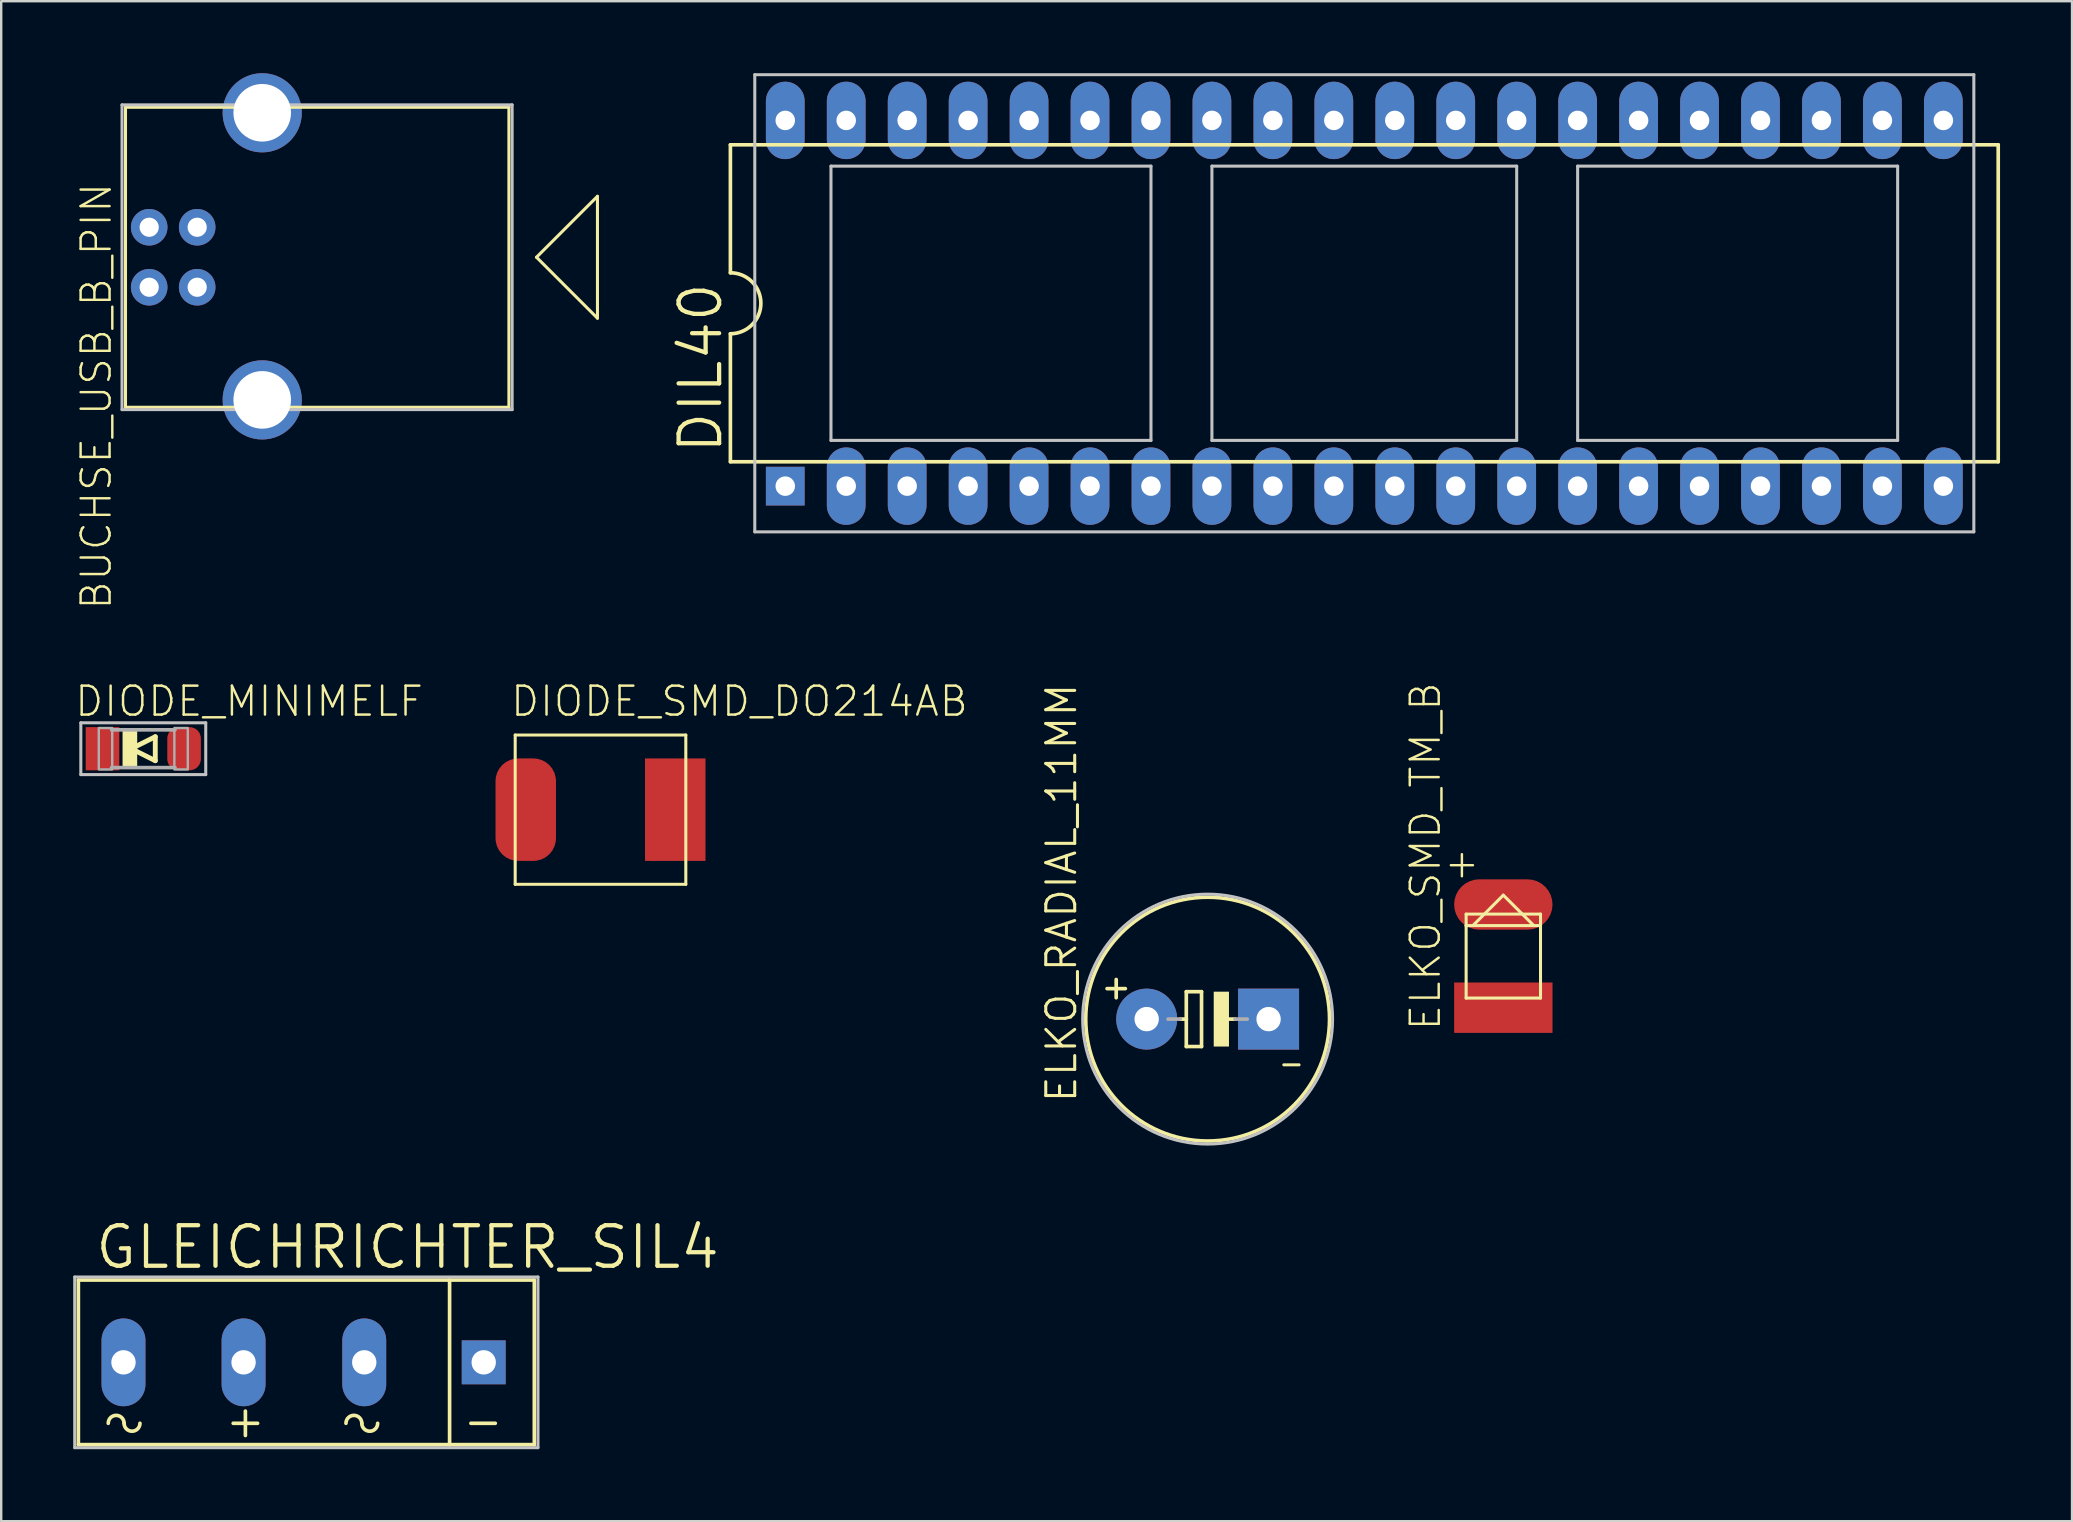
<source format=kicad_pcb>
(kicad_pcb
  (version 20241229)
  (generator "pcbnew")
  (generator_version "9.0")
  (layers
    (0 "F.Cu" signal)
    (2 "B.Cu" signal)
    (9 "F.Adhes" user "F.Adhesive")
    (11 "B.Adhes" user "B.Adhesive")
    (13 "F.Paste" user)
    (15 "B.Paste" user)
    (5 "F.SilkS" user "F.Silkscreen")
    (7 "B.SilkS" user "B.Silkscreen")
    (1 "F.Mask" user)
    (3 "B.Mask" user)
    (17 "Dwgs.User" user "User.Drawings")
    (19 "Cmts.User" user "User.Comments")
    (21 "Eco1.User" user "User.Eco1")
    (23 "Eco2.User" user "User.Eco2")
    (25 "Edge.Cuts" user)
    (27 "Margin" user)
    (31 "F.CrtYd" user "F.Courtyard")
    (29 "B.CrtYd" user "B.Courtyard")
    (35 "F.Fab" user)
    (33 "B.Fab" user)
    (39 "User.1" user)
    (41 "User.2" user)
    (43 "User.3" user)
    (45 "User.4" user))
  (footprint "BUCHSE_USB_B_PIN"
    (layer "F.Cu")
    (at 7.877 7.67)
    (property "Reference" "BUCHSE_USB_B_PIN" (at -7.62 -3.175 90) (layer "F.SilkS") (effects (font (size 1.206 1.206) (thickness 0.102)) (justify right top)))
    (attr through_hole)
    (fp_line (start -5.697 -6.25) (end -5.697 6.25) (stroke (width 0.127) (type solid)) (layer "F.SilkS"))
    (fp_line (start -5.697 -6.25) (end 10.28 -6.25) (stroke (width 0.127) (type solid)) (layer "F.SilkS"))
    (fp_line (start -5.697 6.25) (end 10.28 6.25) (stroke (width 0.127) (type solid)) (layer "F.SilkS"))
    (fp_line (start 10.28 -6.25) (end 10.28 6.25) (stroke (width 0.127) (type solid)) (layer "F.SilkS"))
    (fp_line (start 11.43 0) (end 13.97 -2.54) (stroke (width 0.127) (type solid)) (layer "F.SilkS"))
    (fp_line (start 13.97 -2.54) (end 13.97 2.54) (stroke (width 0.127) (type solid)) (layer "F.SilkS"))
    (fp_line (start 13.97 2.54) (end 11.43 0) (stroke (width 0.127) (type solid)) (layer "F.SilkS"))
    (fp_line (start -5.842 -6.35) (end -5.842 6.35) (stroke (width 0.127) (type solid)) (layer "Dwgs.User"))
    (fp_line (start -5.842 6.35) (end 10.414 6.35) (stroke (width 0.127) (type solid)) (layer "Dwgs.User"))
    (fp_line (start 10.414 -6.35) (end -5.842 -6.35) (stroke (width 0.127) (type solid)) (layer "Dwgs.User"))
    (fp_line (start 10.414 6.35) (end 10.414 -6.35) (stroke (width 0.127) (type solid)) (layer "Dwgs.User"))
    (pad "D+" thru_hole circle (at -2.71 1.25) (size 1.524 1.524) (drill 0.8) (layers "*.Cu" "*.Mask"))
    (pad "D-" thru_hole circle (at -4.71 1.25) (size 1.524 1.524) (drill 0.8) (layers "*.Cu" "*.Mask"))
    (pad "GND" thru_hole circle (at -2.71 -1.25) (size 1.524 1.524) (drill 0.8) (layers "*.Cu" "*.Mask"))
    (pad "SOCKET1" thru_hole circle (at 0 -6.02) (size 3.3 3.3) (drill 2.4) (layers "*.Cu" "*.Mask"))
    (pad "SOCKET2" thru_hole circle (at 0 5.944) (size 3.3 3.3) (drill 2.4) (layers "*.Cu" "*.Mask"))
    (pad "VBUS" thru_hole circle (at -4.71 -1.25) (size 1.524 1.524) (drill 0.8) (layers "*.Cu" "*.Mask")))
  (footprint "DIL40"
    (layer "F.Cu")
    (at 53.803 9.588)
    (property "Reference" "DIL40" (at -26.67 6.35 90) (layer "F.SilkS") (effects (font (size 1.689 1.689) (thickness 0.178)) (justify left bottom)))
    (attr through_hole)
    (fp_line (start -26.416 -6.604) (end -26.416 -1.27) (stroke (width 0.152) (type solid)) (layer "F.SilkS"))
    (fp_line (start -26.416 -6.604) (end 26.416 -6.604) (stroke (width 0.152) (type solid)) (layer "F.SilkS"))
    (fp_line (start -26.416 1.27) (end -26.416 6.604) (stroke (width 0.152) (type solid)) (layer "F.SilkS"))
    (fp_line (start -26.416 6.604) (end 26.416 6.604) (stroke (width 0.152) (type solid)) (layer "F.SilkS"))
    (fp_line (start 26.416 6.604) (end 26.416 -6.604) (stroke (width 0.152) (type solid)) (layer "F.SilkS"))
    (fp_arc (start -26.416 -1.27) (mid -25.146 0) (end -26.416 1.27) (stroke (width 0.1524) (type solid)) (layer "F.SilkS"))
    (fp_line (start -25.4 -9.525) (end -25.4 9.525) (stroke (width 0.127) (type solid)) (layer "Dwgs.User"))
    (fp_line (start -25.4 9.525) (end 25.4 9.525) (stroke (width 0.127) (type solid)) (layer "Dwgs.User"))
    (fp_line (start -22.225 -5.715) (end -22.225 5.715) (stroke (width 0.127) (type solid)) (layer "Dwgs.User"))
    (fp_line (start -22.225 5.715) (end -8.89 5.715) (stroke (width 0.127) (type solid)) (layer "Dwgs.User"))
    (fp_line (start -8.89 -5.715) (end -22.225 -5.715) (stroke (width 0.127) (type solid)) (layer "Dwgs.User"))
    (fp_line (start -8.89 5.715) (end -8.89 -5.715) (stroke (width 0.127) (type solid)) (layer "Dwgs.User"))
    (fp_line (start -6.35 -5.715) (end -6.35 5.715) (stroke (width 0.127) (type solid)) (layer "Dwgs.User"))
    (fp_line (start -6.35 5.715) (end 6.35 5.715) (stroke (width 0.127) (type solid)) (layer "Dwgs.User"))
    (fp_line (start 6.35 -5.715) (end -6.35 -5.715) (stroke (width 0.127) (type solid)) (layer "Dwgs.User"))
    (fp_line (start 6.35 5.715) (end 6.35 -5.715) (stroke (width 0.127) (type solid)) (layer "Dwgs.User"))
    (fp_line (start 8.89 -5.715) (end 8.89 5.715) (stroke (width 0.127) (type solid)) (layer "Dwgs.User"))
    (fp_line (start 8.89 5.715) (end 22.225 5.715) (stroke (width 0.127) (type solid)) (layer "Dwgs.User"))
    (fp_line (start 22.225 -5.715) (end 8.89 -5.715) (stroke (width 0.127) (type solid)) (layer "Dwgs.User"))
    (fp_line (start 22.225 5.715) (end 22.225 -5.715) (stroke (width 0.127) (type solid)) (layer "Dwgs.User"))
    (fp_line (start 25.4 -9.525) (end -25.4 -9.525) (stroke (width 0.127) (type solid)) (layer "Dwgs.User"))
    (fp_line (start 25.4 9.525) (end 25.4 -9.525) (stroke (width 0.127) (type solid)) (layer "Dwgs.User"))
    (pad "1" thru_hole rect (at -24.13 7.62 90) (size 1.613 1.613) (drill 0.813) (layers "*.Cu" "*.Mask"))
    (pad "2" thru_hole oval (at -21.59 7.62 90) (size 3.226 1.613) (drill 0.813) (layers "*.Cu" "*.Mask"))
    (pad "3" thru_hole oval (at -19.05 7.62 90) (size 3.226 1.613) (drill 0.813) (layers "*.Cu" "*.Mask"))
    (pad "4" thru_hole oval (at -16.51 7.62 90) (size 3.226 1.613) (drill 0.813) (layers "*.Cu" "*.Mask"))
    (pad "5" thru_hole oval (at -13.97 7.62 90) (size 3.226 1.613) (drill 0.813) (layers "*.Cu" "*.Mask"))
    (pad "6" thru_hole oval (at -11.43 7.62 90) (size 3.226 1.613) (drill 0.813) (layers "*.Cu" "*.Mask"))
    (pad "7" thru_hole oval (at -8.89 7.62 90) (size 3.226 1.613) (drill 0.813) (layers "*.Cu" "*.Mask"))
    (pad "8" thru_hole oval (at -6.35 7.62 90) (size 3.226 1.613) (drill 0.813) (layers "*.Cu" "*.Mask"))
    (pad "9" thru_hole oval (at -3.81 7.62 90) (size 3.226 1.613) (drill 0.813) (layers "*.Cu" "*.Mask"))
    (pad "10" thru_hole oval (at -1.27 7.62 90) (size 3.226 1.613) (drill 0.813) (layers "*.Cu" "*.Mask"))
    (pad "11" thru_hole oval (at 1.27 7.62 90) (size 3.226 1.613) (drill 0.813) (layers "*.Cu" "*.Mask"))
    (pad "12" thru_hole oval (at 3.81 7.62 90) (size 3.226 1.613) (drill 0.813) (layers "*.Cu" "*.Mask"))
    (pad "13" thru_hole oval (at 6.35 7.62 90) (size 3.226 1.613) (drill 0.813) (layers "*.Cu" "*.Mask"))
    (pad "14" thru_hole oval (at 8.89 7.62 90) (size 3.226 1.613) (drill 0.813) (layers "*.Cu" "*.Mask"))
    (pad "15" thru_hole oval (at 11.43 7.62 90) (size 3.226 1.613) (drill 0.813) (layers "*.Cu" "*.Mask"))
    (pad "16" thru_hole oval (at 13.97 7.62 90) (size 3.226 1.613) (drill 0.813) (layers "*.Cu" "*.Mask"))
    (pad "17" thru_hole oval (at 16.51 7.62 90) (size 3.226 1.613) (drill 0.813) (layers "*.Cu" "*.Mask"))
    (pad "18" thru_hole oval (at 19.05 7.62 90) (size 3.226 1.613) (drill 0.813) (layers "*.Cu" "*.Mask"))
    (pad "19" thru_hole oval (at 21.59 7.62 90) (size 3.226 1.613) (drill 0.813) (layers "*.Cu" "*.Mask"))
    (pad "20" thru_hole oval (at 24.13 7.62 90) (size 3.226 1.613) (drill 0.813) (layers "*.Cu" "*.Mask"))
    (pad "21" thru_hole oval (at 24.13 -7.62 90) (size 3.226 1.613) (drill 0.813) (layers "*.Cu" "*.Mask"))
    (pad "22" thru_hole oval (at 21.59 -7.62 90) (size 3.226 1.613) (drill 0.813) (layers "*.Cu" "*.Mask"))
    (pad "23" thru_hole oval (at 19.05 -7.62 90) (size 3.226 1.613) (drill 0.813) (layers "*.Cu" "*.Mask"))
    (pad "24" thru_hole oval (at 16.51 -7.62 90) (size 3.226 1.613) (drill 0.813) (layers "*.Cu" "*.Mask"))
    (pad "25" thru_hole oval (at 13.97 -7.62 90) (size 3.226 1.613) (drill 0.813) (layers "*.Cu" "*.Mask"))
    (pad "26" thru_hole oval (at 11.43 -7.62 90) (size 3.226 1.613) (drill 0.813) (layers "*.Cu" "*.Mask"))
    (pad "27" thru_hole oval (at 8.89 -7.62 90) (size 3.226 1.613) (drill 0.813) (layers "*.Cu" "*.Mask"))
    (pad "28" thru_hole oval (at 6.35 -7.62 90) (size 3.226 1.613) (drill 0.813) (layers "*.Cu" "*.Mask"))
    (pad "29" thru_hole oval (at 3.81 -7.62 90) (size 3.226 1.613) (drill 0.813) (layers "*.Cu" "*.Mask"))
    (pad "30" thru_hole oval (at 1.27 -7.62 90) (size 3.226 1.613) (drill 0.813) (layers "*.Cu" "*.Mask"))
    (pad "31" thru_hole oval (at -1.27 -7.62 90) (size 3.226 1.613) (drill 0.813) (layers "*.Cu" "*.Mask"))
    (pad "32" thru_hole oval (at -3.81 -7.62 90) (size 3.226 1.613) (drill 0.813) (layers "*.Cu" "*.Mask"))
    (pad "33" thru_hole oval (at -6.35 -7.62 90) (size 3.226 1.613) (drill 0.813) (layers "*.Cu" "*.Mask"))
    (pad "34" thru_hole oval (at -8.89 -7.62 90) (size 3.226 1.613) (drill 0.813) (layers "*.Cu" "*.Mask"))
    (pad "35" thru_hole oval (at -11.43 -7.62 90) (size 3.226 1.613) (drill 0.813) (layers "*.Cu" "*.Mask"))
    (pad "36" thru_hole oval (at -13.97 -7.62 90) (size 3.226 1.613) (drill 0.813) (layers "*.Cu" "*.Mask"))
    (pad "37" thru_hole oval (at -16.51 -7.62 90) (size 3.226 1.613) (drill 0.813) (layers "*.Cu" "*.Mask"))
    (pad "38" thru_hole oval (at -19.05 -7.62 90) (size 3.226 1.613) (drill 0.813) (layers "*.Cu" "*.Mask"))
    (pad "39" thru_hole oval (at -21.59 -7.62 90) (size 3.226 1.613) (drill 0.813) (layers "*.Cu" "*.Mask"))
    (pad "40" thru_hole oval (at -24.13 -7.62 90) (size 3.226 1.613) (drill 0.813) (layers "*.Cu" "*.Mask")))
  (footprint "DIODE_MINIMELF"
    (layer "F.Cu")
    (at 2.921 28.15)
    (property "Reference" "DIODE_MINIMELF" (at -2.921 -1.27 0) (layer "F.SilkS") (effects (font (size 1.206 1.206) (thickness 0.102)) (justify left bottom)))
    (attr through_hole)
    (fp_line (start -0.5 0) (end 0.5 0.5) (stroke (width 0.203) (type solid)) (layer "F.SilkS"))
    (fp_line (start 0.5 -0.5) (end -0.5 0) (stroke (width 0.203) (type solid)) (layer "F.SilkS"))
    (fp_line (start 0.5 0.5) (end 0.5 -0.5) (stroke (width 0.203) (type solid)) (layer "F.SilkS"))
    (fp_poly (pts (xy -0.864 0.787) (xy -0.254 0.787) (xy -0.254 -0.787) (xy -0.864 -0.787)) (stroke (width 0) (type solid)) (fill yes) (layer "F.SilkS"))
    (fp_line (start -2.603 -1.079) (end 2.603 -1.079) (stroke (width 0.127) (type solid)) (layer "Dwgs.User"))
    (fp_line (start -2.603 1.079) (end -2.603 -1.079) (stroke (width 0.127) (type solid)) (layer "Dwgs.User"))
    (fp_line (start 2.603 -1.079) (end 2.603 1.079) (stroke (width 0.127) (type solid)) (layer "Dwgs.User"))
    (fp_line (start 2.603 1.079) (end -2.603 1.079) (stroke (width 0.127) (type solid)) (layer "Dwgs.User"))
    (fp_line (start 1.321 -0.787) (end -1.321 -0.787) (stroke (width 0.152) (type solid)) (layer "F.Fab"))
    (fp_line (start 1.321 0.787) (end -1.321 0.787) (stroke (width 0.152) (type solid)) (layer "F.Fab"))
    (fp_poly (pts (xy -1.854 0.864) (xy -1.295 0.864) (xy -1.295 -0.864) (xy -1.854 -0.864)) (stroke (width 0.1) (type solid)) (fill no) (layer "F.Fab"))
    (fp_poly (pts (xy 1.295 0.864) (xy 1.854 0.864) (xy 1.854 -0.864) (xy 1.295 -0.864)) (stroke (width 0.1) (type solid)) (fill no) (layer "F.Fab"))
    (pad "A" smd roundrect (at 1.7 0) (size 1.4 1.8) (layers "F.Cu" "F.Mask" "F.Paste") (roundrect_rratio 0.335))
    (pad "K" smd rect (at -1.7 0) (size 1.4 1.8) (layers "F.Cu" "F.Mask" "F.Paste")))
  (footprint "ELKO_RADIAL_11MM"
    (layer "F.Cu")
    (at 47.274 39.418)
    (property "Reference" "ELKO_RADIAL_11MM" (at -5.385 3.556 90) (layer "F.SilkS") (effects (font (size 1.206 1.206) (thickness 0.127)) (justify left bottom)))
    (attr through_hole)
    (fp_line (start -3.81 -1.651) (end -3.81 -0.889) (stroke (width 0.152) (type solid)) (layer "F.SilkS"))
    (fp_line (start -3.429 -1.27) (end -4.191 -1.27) (stroke (width 0.152) (type solid)) (layer "F.SilkS"))
    (fp_line (start -1.143 0) (end -0.889 0) (stroke (width 0.152) (type solid)) (layer "F.SilkS"))
    (fp_line (start -0.889 -1.143) (end -0.889 0) (stroke (width 0.152) (type solid)) (layer "F.SilkS"))
    (fp_line (start -0.889 0) (end -0.889 1.143) (stroke (width 0.152) (type solid)) (layer "F.SilkS"))
    (fp_line (start -0.889 1.143) (end -0.254 1.143) (stroke (width 0.152) (type solid)) (layer "F.SilkS"))
    (fp_line (start -0.254 -1.143) (end -0.889 -1.143) (stroke (width 0.152) (type solid)) (layer "F.SilkS"))
    (fp_line (start -0.254 1.143) (end -0.254 -1.143) (stroke (width 0.152) (type solid)) (layer "F.SilkS"))
    (fp_line (start 0.635 0) (end 1.143 0) (stroke (width 0.152) (type solid)) (layer "F.SilkS"))
    (fp_line (start 3.175 1.905) (end 3.81 1.905) (stroke (width 0.127) (type solid)) (layer "F.SilkS"))
    (fp_circle (center 0 0) (end 5.08 0) (stroke (width 0.152) (type solid)) (fill no) (layer "F.SilkS"))
    (fp_poly (pts (xy 0.254 1.143) (xy 0.889 1.143) (xy 0.889 -1.143) (xy 0.254 -1.143)) (stroke (width 0) (type solid)) (fill yes) (layer "F.SilkS"))
    (fp_circle (center 0 0) (end 5.207 0) (stroke (width 0.127) (type solid)) (fill no) (layer "Dwgs.User"))
    (fp_line (start -1.651 0) (end -1.143 0) (stroke (width 0.152) (type solid)) (layer "F.Fab"))
    (fp_line (start 1.143 0) (end 1.651 0) (stroke (width 0.152) (type solid)) (layer "F.Fab"))
    (pad "+" thru_hole circle (at -2.54 0) (size 2.54 2.54) (drill 1.016) (layers "*.Cu" "*.Mask"))
    (pad "-" thru_hole rect (at 2.54 0) (size 2.54 2.54) (drill 1.016) (layers "*.Cu" "*.Mask")))
  (footprint "GLEICHRICHTER_SIL4"
    (layer "F.Cu")
    (at 9.716 53.721)
    (property "Reference" "GLEICHRICHTER_SIL4" (at -8.89 -3.81 0) (layer "F.SilkS") (effects (font (size 1.689 1.689) (thickness 0.178)) (justify left bottom)))
    (attr through_hole)
    (fp_line (start -9.5 -3.429) (end 5.969 -3.429) (stroke (width 0.152) (type solid)) (layer "F.SilkS"))
    (fp_line (start -9.5 3.429) (end -9.5 -3.429) (stroke (width 0.152) (type solid)) (layer "F.SilkS"))
    (fp_line (start -3.048 2.54) (end -2.032 2.54) (stroke (width 0.152) (type solid)) (layer "F.SilkS"))
    (fp_line (start -2.54 3.048) (end -2.54 2.032) (stroke (width 0.152) (type solid)) (layer "F.SilkS"))
    (fp_line (start 5.969 -3.429) (end 5.969 3.429) (stroke (width 0.152) (type solid)) (layer "F.SilkS"))
    (fp_line (start 5.969 -3.429) (end 9.5 -3.429) (stroke (width 0.152) (type solid)) (layer "F.SilkS"))
    (fp_line (start 5.969 3.429) (end -9.5 3.429) (stroke (width 0.152) (type solid)) (layer "F.SilkS"))
    (fp_line (start 6.858 2.54) (end 7.874 2.54) (stroke (width 0.152) (type solid)) (layer "F.SilkS"))
    (fp_line (start 9.5 -3.429) (end 9.5 3.429) (stroke (width 0.152) (type solid)) (layer "F.SilkS"))
    (fp_line (start 9.5 3.429) (end 5.969 3.429) (stroke (width 0.152) (type solid)) (layer "F.SilkS"))
    (fp_arc (start -8.255 2.54) (mid -7.9248 2.2098) (end -7.5946 2.54) (stroke (width 0.1524) (type solid)) (layer "F.SilkS"))
    (fp_arc (start -6.9342 2.54) (mid -7.2644 2.8702) (end -7.5946 2.54) (stroke (width 0.1524) (type solid)) (layer "F.SilkS"))
    (fp_arc (start 1.651 2.54) (mid 1.9812 2.2098) (end 2.3114 2.54) (stroke (width 0.1524) (type solid)) (layer "F.SilkS"))
    (fp_arc (start 2.9718 2.54) (mid 2.6416 2.8702) (end 2.3114 2.54) (stroke (width 0.1524) (type solid)) (layer "F.SilkS"))
    (fp_line (start -9.652 -3.556) (end 9.652 -3.556) (stroke (width 0.127) (type solid)) (layer "Dwgs.User"))
    (fp_line (start -9.652 3.556) (end -9.652 -3.556) (stroke (width 0.127) (type solid)) (layer "Dwgs.User"))
    (fp_line (start 9.652 -3.556) (end 9.652 3.556) (stroke (width 0.127) (type solid)) (layer "Dwgs.User"))
    (fp_line (start 9.652 3.556) (end -9.652 3.556) (stroke (width 0.127) (type solid)) (layer "Dwgs.User"))
    (pad "AC1" thru_hole oval (at -7.62 0 90) (size 3.658 1.829) (drill 1.016) (layers "*.Cu" "*.Mask"))
    (pad "AC2" thru_hole oval (at 2.413 0 90) (size 3.658 1.829) (drill 1.016) (layers "*.Cu" "*.Mask"))
    (pad "NEG" thru_hole rect (at 7.391 0 90) (size 1.829 1.829) (drill 1.016) (layers "*.Cu" "*.Mask"))
    (pad "POS" thru_hole oval (at -2.616 0 90) (size 3.658 1.829) (drill 1.016) (layers "*.Cu" "*.Mask")))
  (footprint "ELKO_SMD_TM_B"
    (layer "F.Cu")
    (at 59.596 36.792)
    (property "Reference" "ELKO_SMD_TM_B" (at -2.54 3.175 90) (layer "F.SilkS") (effects (font (size 1.206 1.206) (thickness 0.102)) (justify left bottom)))
    (attr through_hole)
    (fp_line (start -1.55 -1.75) (end -1.55 -1.27) (stroke (width 0.127) (type solid)) (layer "F.SilkS"))
    (fp_line (start -1.55 -1.27) (end -1.55 1.75) (stroke (width 0.127) (type solid)) (layer "F.SilkS"))
    (fp_line (start -1.55 -1.27) (end 1.55 -1.27) (stroke (width 0.127) (type solid)) (layer "F.SilkS"))
    (fp_line (start -1.55 1.75) (end 1.55 1.75) (stroke (width 0.127) (type solid)) (layer "F.SilkS"))
    (fp_line (start -1.27 -1.27) (end 0 -2.54) (stroke (width 0.127) (type solid)) (layer "F.SilkS"))
    (fp_line (start 0 -2.54) (end 1.27 -1.27) (stroke (width 0.127) (type solid)) (layer "F.SilkS"))
    (fp_line (start 1.55 -1.75) (end -1.55 -1.75) (stroke (width 0.127) (type solid)) (layer "F.SilkS"))
    (fp_line (start 1.55 -1.27) (end 1.55 -1.75) (stroke (width 0.127) (type solid)) (layer "F.SilkS"))
    (fp_line (start 1.55 1.75) (end 1.55 -1.27) (stroke (width 0.127) (type solid)) (layer "F.SilkS"))
    (fp_text user "+" (at -2.54 -3.175 0) (layer "F.SilkS") (effects (font (size 1.206 1.206) (thickness 0.102)) (justify left bottom)))
    (pad "NEG" smd rect (at 0 2.15) (size 4.1 2.1) (layers "F.Cu" "F.Mask" "F.Paste"))
    (pad "POS" smd roundrect (at 0 -2.15) (size 4.1 2.1) (layers "F.Cu" "F.Mask" "F.Paste") (roundrect_rratio 0.5)))
  (footprint "DIODE_SMD_DO214AB"
    (layer "F.Cu")
    (at 21.974 30.69)
    (property "Reference" "DIODE_SMD_DO214AB" (at -3.81 -3.81 0) (layer "F.SilkS") (effects (font (size 1.206 1.206) (thickness 0.102)) (justify left bottom)))
    (attr through_hole)
    (fp_line (start -3.555 -3.11) (end -3.555 3.11) (stroke (width 0.127) (type solid)) (layer "F.SilkS"))
    (fp_line (start -3.555 3.11) (end 3.555 3.11) (stroke (width 0.127) (type solid)) (layer "F.SilkS"))
    (fp_line (start 3.555 -3.11) (end -3.555 -3.11) (stroke (width 0.127) (type solid)) (layer "F.SilkS"))
    (fp_line (start 3.555 3.11) (end 3.555 -3.11) (stroke (width 0.127) (type solid)) (layer "F.SilkS"))
    (pad "A" smd roundrect (at -3.115 0 90) (size 4.27 2.52) (layers "F.Cu" "F.Mask" "F.Paste") (roundrect_rratio 0.375))
    (pad "K" smd rect (at 3.115 0 90) (size 4.27 2.52) (layers "F.Cu" "F.Mask" "F.Paste")))
  (gr_rect
    (start -3 -3)
    (end 83.295 60.34)
    (stroke (width 0.1) (type default))
    (fill no)
    (layer "Edge.Cuts")))
</source>
